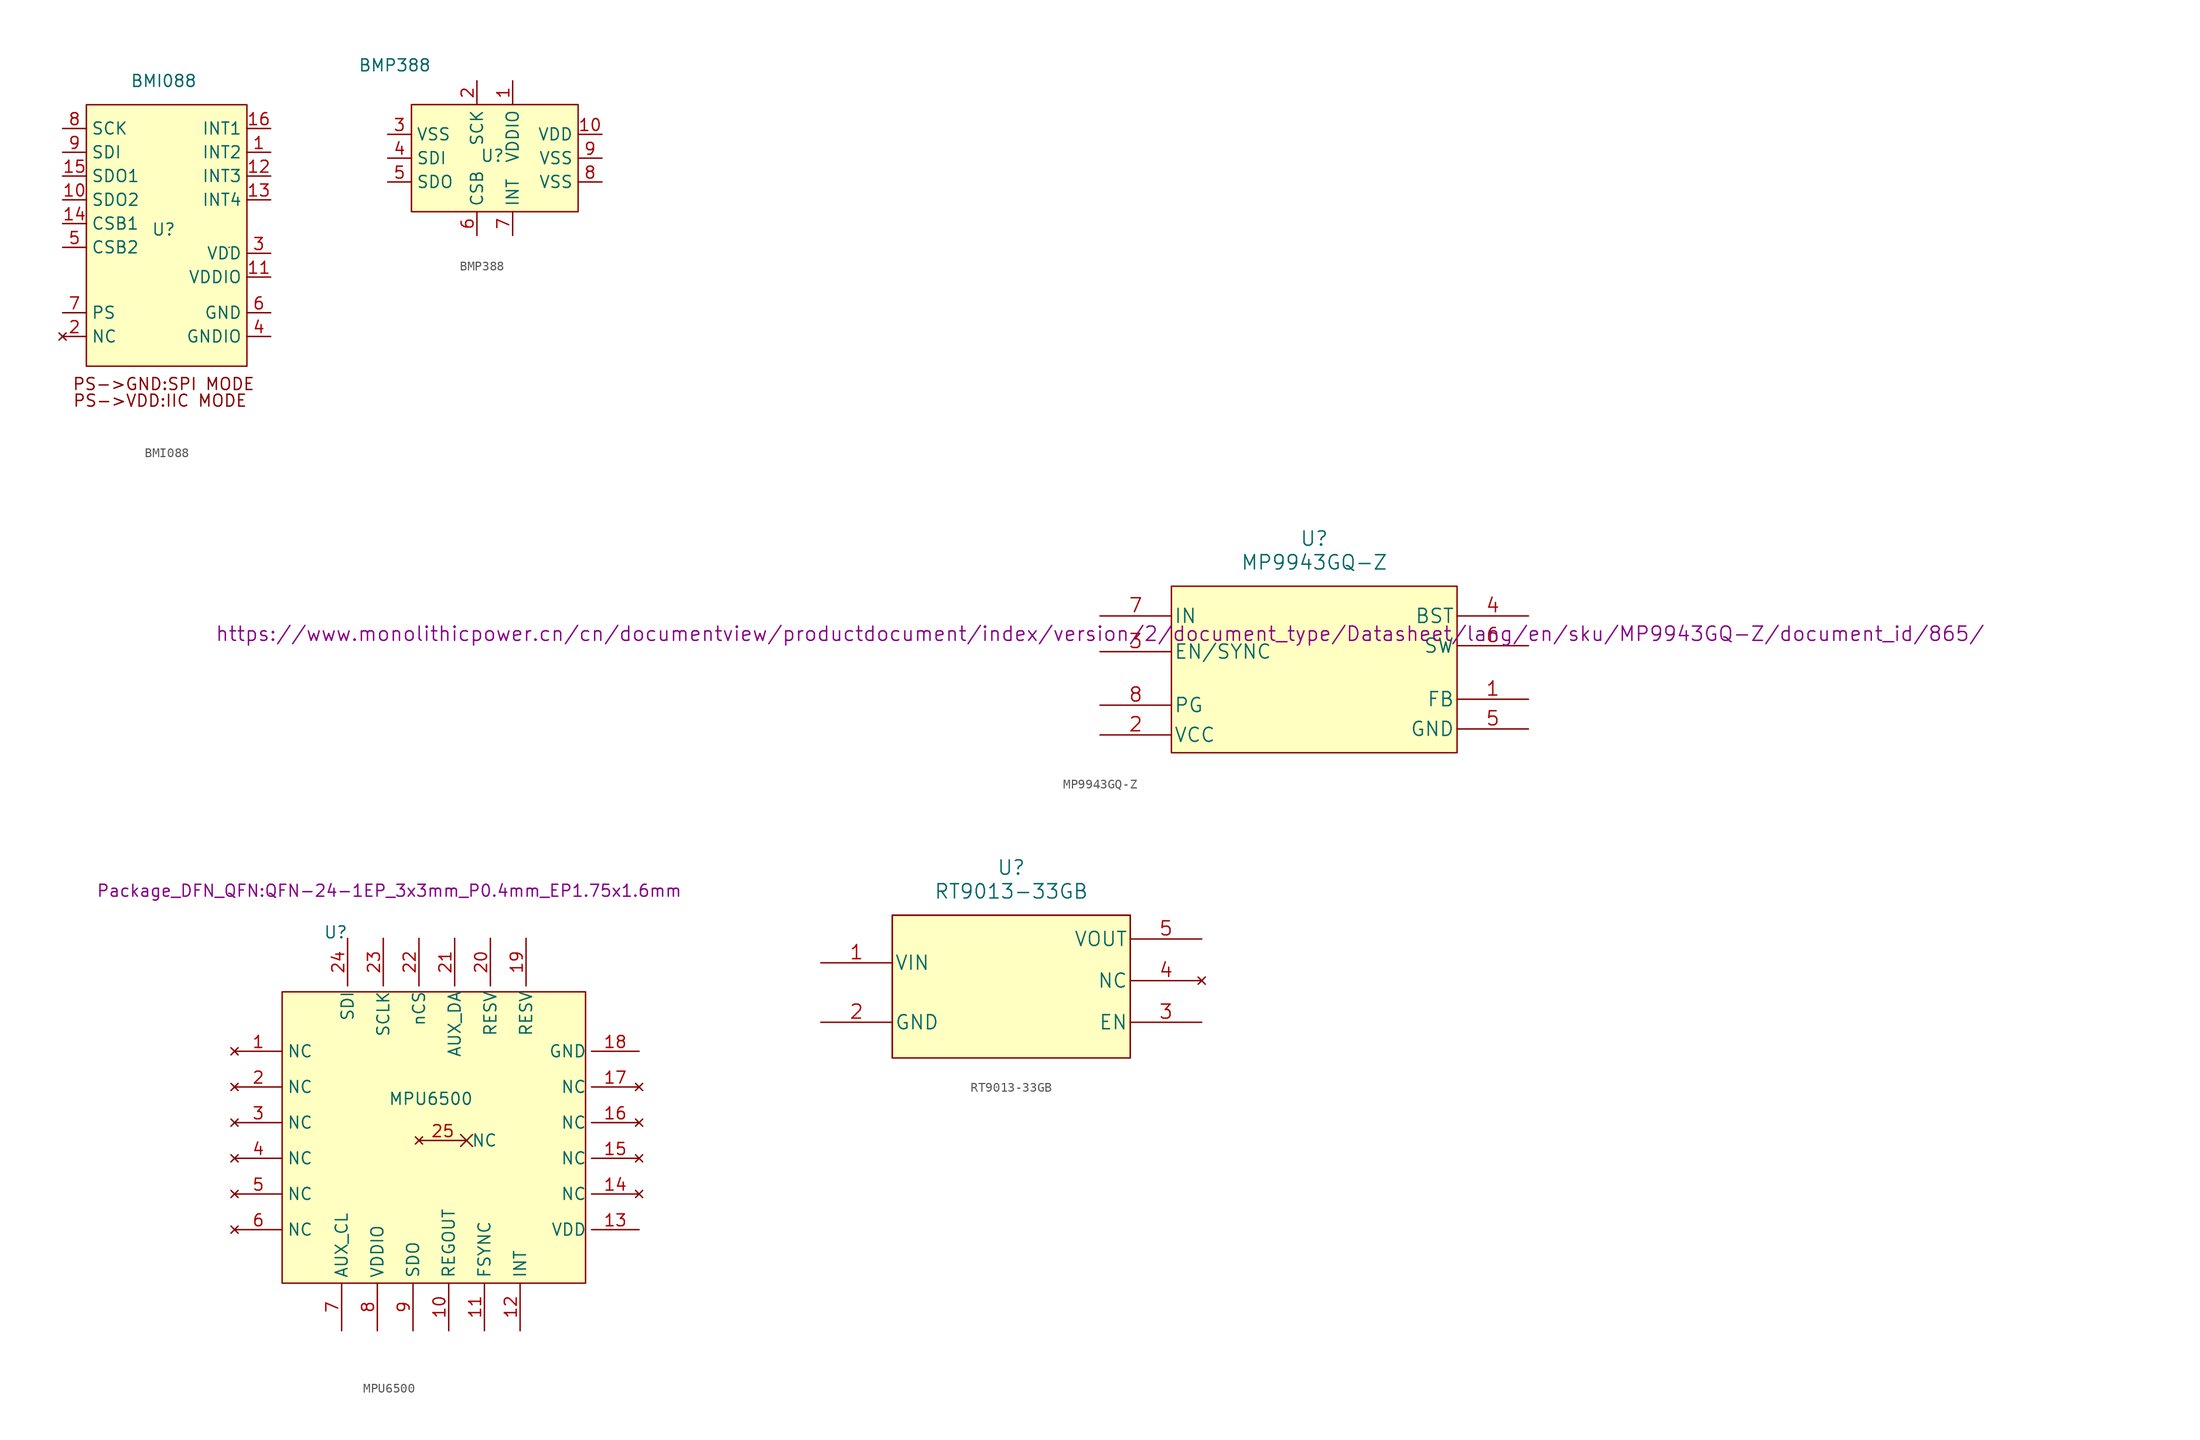
<source format=kicad_sym>
(kicad_symbol_lib
  (version 20211014)
  (generator kicad_symbol_editor)
  (symbol "BMI088"
    (property "Reference" "U"
      (at -0.635 0 0)
      (effects (font (size 1.27 1.27))))
    (property "Value" "BMI088"
      (at -0.635 15.875 0)
      (effects (font (size 1.27 1.27))))
    (symbol "BMI088_0_0"
      (text "PS->GND:SPI MODE" (at -0.635 -16.51 0) (effects (font (size 1.27 1.27))))
      (text "PS->VDD:IIC MODE" (at -1.016 -18.288 0) (effects (font (size 1.27 1.27)))))
    (symbol "BMI088_0_1"
      (rectangle (start 6.35 -1.905) (end 6.35 -1.905) (stroke (width 0) (type default) (color 0 0 0 0)) (fill (type none)))
      (rectangle (start 8.255 13.335) (end -8.89 -14.605) (stroke (width 0) (type default) (color 0 0 0 0)) (fill (type background))))
    (symbol "BMI088_1_1"
      (pin output line (at 10.795 8.255 180) (length 2.54) (name "INT2" (effects (font (size 1.27 1.27)))) (number "1" (effects (font (size 1.27 1.27)))))
      (pin bidirectional line (at -11.43 3.175 0) (length 2.54) (name "SDO2" (effects (font (size 1.27 1.27)))) (number "10" (effects (font (size 1.27 1.27)))))
      (pin input line (at 10.795 -5.08 180) (length 2.54) (name "VDDIO" (effects (font (size 1.27 1.27)))) (number "11" (effects (font (size 1.27 1.27)))))
      (pin output line (at 10.795 5.715 180) (length 2.54) (name "INT3" (effects (font (size 1.27 1.27)))) (number "12" (effects (font (size 1.27 1.27)))))
      (pin output line (at 10.795 3.175 180) (length 2.54) (name "INT4" (effects (font (size 1.27 1.27)))) (number "13" (effects (font (size 1.27 1.27)))))
      (pin input line (at -11.43 0.635 0) (length 2.54) (name "CSB1" (effects (font (size 1.27 1.27)))) (number "14" (effects (font (size 1.27 1.27)))))
      (pin bidirectional line (at -11.43 5.715 0) (length 2.54) (name "SDO1" (effects (font (size 1.27 1.27)))) (number "15" (effects (font (size 1.27 1.27)))))
      (pin output line (at 10.795 10.795 180) (length 2.54) (name "INT1" (effects (font (size 1.27 1.27)))) (number "16" (effects (font (size 1.27 1.27)))))
      (pin no_connect line (at -11.43 -11.43 0) (length 2.54) (name "NC" (effects (font (size 1.27 1.27)))) (number "2" (effects (font (size 1.27 1.27)))))
      (pin input line (at 10.795 -2.54 180) (length 2.54) (name "VDD" (effects (font (size 1.27 1.27)))) (number "3" (effects (font (size 1.27 1.27)))))
      (pin input line (at 10.795 -11.43 180) (length 2.54) (name "GNDIO" (effects (font (size 1.27 1.27)))) (number "4" (effects (font (size 1.27 1.27)))))
      (pin input line (at -11.43 -1.905 0) (length 2.54) (name "CSB2" (effects (font (size 1.27 1.27)))) (number "5" (effects (font (size 1.27 1.27)))))
      (pin input line (at 10.795 -8.89 180) (length 2.54) (name "GND" (effects (font (size 1.27 1.27)))) (number "6" (effects (font (size 1.27 1.27)))))
      (pin input line (at -11.43 -8.89 0) (length 2.54) (name "PS" (effects (font (size 1.27 1.27)))) (number "7" (effects (font (size 1.27 1.27)))))
      (pin input line (at -11.43 10.795 0) (length 2.54) (name "SCK" (effects (font (size 1.27 1.27)))) (number "8" (effects (font (size 1.27 1.27)))))
      (pin bidirectional line (at -11.43 8.255 0) (length 2.54) (name "SDI" (effects (font (size 1.27 1.27)))) (number "9" (effects (font (size 1.27 1.27)))))))
  (symbol "BMP388"
    (property "Reference" "U"
      (at -0.254 -2.286 0)
      (effects (font (size 1.27 1.27))))
    (property "Value" "BMP388"
      (at -10.668 7.366 0)
      (effects (font (size 1.27 1.27))))
    (symbol "BMP388_0_1"
      (rectangle (start -8.89 3.175) (end 8.89 -8.255) (stroke (width 0) (type default) (color 0 0 0 0)) (fill (type background))))
    (symbol "BMP388_1_1"
      (pin input line (at 1.905 5.715 270) (length 2.54) (name "VDDIO" (effects (font (size 1.27 1.27)))) (number "1" (effects (font (size 1.27 1.27)))))
      (pin input line (at 11.43 0 180) (length 2.54) (name "VDD" (effects (font (size 1.27 1.27)))) (number "10" (effects (font (size 1.27 1.27)))))
      (pin input line (at -1.905 5.715 270) (length 2.54) (name "SCK" (effects (font (size 1.27 1.27)))) (number "2" (effects (font (size 1.27 1.27)))))
      (pin input line (at -11.43 0 0) (length 2.54) (name "VSS" (effects (font (size 1.27 1.27)))) (number "3" (effects (font (size 1.27 1.27)))))
      (pin bidirectional line (at -11.43 -2.54 0) (length 2.54) (name "SDI" (effects (font (size 1.27 1.27)))) (number "4" (effects (font (size 1.27 1.27)))))
      (pin bidirectional line (at -11.43 -5.08 0) (length 2.54) (name "SDO" (effects (font (size 1.27 1.27)))) (number "5" (effects (font (size 1.27 1.27)))))
      (pin input line (at -1.905 -10.795 90) (length 2.54) (name "CSB" (effects (font (size 1.27 1.27)))) (number "6" (effects (font (size 1.27 1.27)))))
      (pin bidirectional line (at 1.905 -10.795 90) (length 2.54) (name "INT" (effects (font (size 1.27 1.27)))) (number "7" (effects (font (size 1.27 1.27)))))
      (pin input line (at 11.43 -5.08 180) (length 2.54) (name "VSS" (effects (font (size 1.27 1.27)))) (number "8" (effects (font (size 1.27 1.27)))))
      (pin input line (at 11.43 -2.54 180) (length 2.54) (name "VSS" (effects (font (size 1.27 1.27)))) (number "9" (effects (font (size 1.27 1.27)))))))
  (symbol "MP9943GQ-Z"
    (pin_names
      (offset 0.254))
    (property "Reference" "U"
      (at 22.86 10.16 0)
      (effects (font (size 1.524 1.524))))
    (property "Value" "MP9943GQ-Z"
      (at 22.86 7.62 0)
      (effects (font (size 1.524 1.524))))
    (property "Datasheet" "https://www.monolithicpower.cn/cn/documentview/productdocument/index/version/2/document_type/Datasheet/lang/en/sku/MP9943GQ-Z/document_id/865/"
      (at 0 0 0)
      (effects (font (size 1.524 1.524))))
    (symbol "MP9943GQ-Z_1_1"
      (rectangle (start 7.62 5.08) (end 38.1 -12.7) (stroke (width 0) (type default) (color 0 0 0 0)) (fill (type background)))
      (pin output line (at 45.72 -6.985 180) (length 7.62) (name "FB" (effects (font (size 1.499 1.499)))) (number "1" (effects (font (size 1.499 1.499)))))
      (pin power_out line (at 0 -10.795 0) (length 7.62) (name "VCC" (effects (font (size 1.499 1.499)))) (number "2" (effects (font (size 1.499 1.499)))))
      (pin input line (at 0 -1.905 0) (length 7.62) (name "EN/SYNC" (effects (font (size 1.499 1.499)))) (number "3" (effects (font (size 1.499 1.499)))))
      (pin input line (at 45.72 1.905 180) (length 7.62) (name "BST" (effects (font (size 1.499 1.499)))) (number "4" (effects (font (size 1.499 1.499)))))
      (pin power_in line (at 45.72 -10.16 180) (length 7.62) (name "GND" (effects (font (size 1.499 1.499)))) (number "5" (effects (font (size 1.499 1.499)))))
      (pin output line (at 45.72 -1.27 180) (length 7.62) (name "SW" (effects (font (size 1.499 1.499)))) (number "6" (effects (font (size 1.499 1.499)))))
      (pin input line (at 0 1.905 0) (length 7.62) (name "IN" (effects (font (size 1.499 1.499)))) (number "7" (effects (font (size 1.499 1.499)))))
      (pin output line (at 0 -7.62 0) (length 7.62) (name "PG" (effects (font (size 1.499 1.499)))) (number "8" (effects (font (size 1.499 1.499)))))))
  (symbol "MPU6500"
    (property "Reference" "U"
      (at -10.795 22.225 0)
      (effects (font (size 1.27 1.27))))
    (property "Value" "MPU6500"
      (at -0.635 4.445 0)
      (effects (font (size 1.27 1.27))))
    (property "Footprint" "Package_DFN_QFN:QFN-24-1EP_3x3mm_P0.4mm_EP1.75x1.6mm"
      (at -5.08 26.67 0)
      (effects (font (size 1.27 1.27))))
    (symbol "MPU6500_0_1"
      (rectangle (start -16.51 15.875) (end 15.875 -15.24) (stroke (width 0) (type default) (color 0 0 0 0)) (fill (type background))))
    (symbol "MPU6500_1_1"
      (pin no_connect line (at -21.59 9.525 0) (length 5.08) (name "NC" (effects (font (size 1.27 1.27)))) (number "1" (effects (font (size 1.27 1.27)))))
      (pin input line (at 1.27 -20.32 90) (length 5.08) (name "REGOUT" (effects (font (size 1.27 1.27)))) (number "10" (effects (font (size 1.27 1.27)))))
      (pin input line (at 5.08 -20.32 90) (length 5.08) (name "FSYNC" (effects (font (size 1.27 1.27)))) (number "11" (effects (font (size 1.27 1.27)))))
      (pin output line (at 8.89 -20.32 90) (length 5.08) (name "INT" (effects (font (size 1.27 1.27)))) (number "12" (effects (font (size 1.27 1.27)))))
      (pin input line (at 21.59 -9.525 180) (length 5.08) (name "VDD" (effects (font (size 1.27 1.27)))) (number "13" (effects (font (size 1.27 1.27)))))
      (pin no_connect line (at 21.59 -5.715 180) (length 5.08) (name "NC" (effects (font (size 1.27 1.27)))) (number "14" (effects (font (size 1.27 1.27)))))
      (pin no_connect line (at 21.59 -1.905 180) (length 5.08) (name "NC" (effects (font (size 1.27 1.27)))) (number "15" (effects (font (size 1.27 1.27)))))
      (pin no_connect line (at 21.59 1.905 180) (length 5.08) (name "NC" (effects (font (size 1.27 1.27)))) (number "16" (effects (font (size 1.27 1.27)))))
      (pin no_connect line (at 21.59 5.715 180) (length 5.08) (name "NC" (effects (font (size 1.27 1.27)))) (number "17" (effects (font (size 1.27 1.27)))))
      (pin input line (at 21.59 9.525 180) (length 5.08) (name "GND" (effects (font (size 1.27 1.27)))) (number "18" (effects (font (size 1.27 1.27)))))
      (pin input line (at 9.525 21.59 270) (length 5.08) (name "RESV" (effects (font (size 1.27 1.27)))) (number "19" (effects (font (size 1.27 1.27)))))
      (pin no_connect line (at -21.59 5.715 0) (length 5.08) (name "NC" (effects (font (size 1.27 1.27)))) (number "2" (effects (font (size 1.27 1.27)))))
      (pin input line (at 5.715 21.59 270) (length 5.08) (name "RESV" (effects (font (size 1.27 1.27)))) (number "20" (effects (font (size 1.27 1.27)))))
      (pin input line (at 1.905 21.59 270) (length 5.08) (name "AUX_DA" (effects (font (size 1.27 1.27)))) (number "21" (effects (font (size 1.27 1.27)))))
      (pin input line (at -1.905 21.59 270) (length 5.08) (name "nCS" (effects (font (size 1.27 1.27)))) (number "22" (effects (font (size 1.27 1.27)))))
      (pin input line (at -5.715 21.59 270) (length 5.08) (name "SCLK" (effects (font (size 1.27 1.27)))) (number "23" (effects (font (size 1.27 1.27)))))
      (pin input line (at -9.525 21.59 270) (length 5.08) (name "SDI" (effects (font (size 1.27 1.27)))) (number "24" (effects (font (size 1.27 1.27)))))
      (pin no_connect non_logic (at -1.905 0 0) (length 5.08) (name "NC" (effects (font (size 1.27 1.27)))) (number "25" (effects (font (size 1.27 1.27)))))
      (pin no_connect line (at -21.59 1.905 0) (length 5.08) (name "NC" (effects (font (size 1.27 1.27)))) (number "3" (effects (font (size 1.27 1.27)))))
      (pin no_connect line (at -21.59 -1.905 0) (length 5.08) (name "NC" (effects (font (size 1.27 1.27)))) (number "4" (effects (font (size 1.27 1.27)))))
      (pin no_connect line (at -21.59 -5.715 0) (length 5.08) (name "NC" (effects (font (size 1.27 1.27)))) (number "5" (effects (font (size 1.27 1.27)))))
      (pin no_connect line (at -21.59 -9.525 0) (length 5.08) (name "NC" (effects (font (size 1.27 1.27)))) (number "6" (effects (font (size 1.27 1.27)))))
      (pin input line (at -10.16 -20.32 90) (length 5.08) (name "AUX_CL" (effects (font (size 1.27 1.27)))) (number "7" (effects (font (size 1.27 1.27)))))
      (pin input line (at -6.35 -20.32 90) (length 5.08) (name "VDDIO" (effects (font (size 1.27 1.27)))) (number "8" (effects (font (size 1.27 1.27)))))
      (pin output line (at -2.54 -20.32 90) (length 5.08) (name "SDO" (effects (font (size 1.27 1.27)))) (number "9" (effects (font (size 1.27 1.27)))))))
  (symbol "RT9013-33GB"
    (pin_names
      (offset 0.254))
    (property "Reference" "U"
      (at 20.32 10.16 0)
      (effects (font (size 1.524 1.524))))
    (property "Value" "RT9013-33GB"
      (at 20.32 7.62 0)
      (effects (font (size 1.524 1.524))))
    (property "Datasheet" ""
      (at 0 0 0)
      (effects (font (size 1.524 1.524))))
    (property "ki_locked" ""
      (at 0 0 0)
      (effects (font (size 1.27 1.27))))
    (symbol "RT9013-33GB_1_1"
      (polyline (pts (xy 7.62 5.08) (xy 7.62 -10.16)) (stroke (width 0.127) (type default) (color 0 0 0 0)) (fill (type none)))
      (polyline (pts (xy 33.02 -10.16) (xy 33.02 5.08)) (stroke (width 0.127) (type default) (color 0 0 0 0)) (fill (type none)))
      (polyline (pts (xy 33.02 5.08) (xy 7.62 5.08)) (stroke (width 0.127) (type default) (color 0 0 0 0)) (fill (type none)))
      (rectangle (start 7.62 5.08) (end 33.02 -10.16) (stroke (width 0) (type default) (color 0 0 0 0)) (fill (type background)))
      (pin power_in line (at 0 0 0) (length 7.62) (name "VIN" (effects (font (size 1.499 1.499)))) (number "1" (effects (font (size 1.499 1.499)))))
      (pin power_in line (at 0 -6.35 0) (length 7.62) (name "GND" (effects (font (size 1.499 1.499)))) (number "2" (effects (font (size 1.499 1.499)))))
      (pin input line (at 40.64 -6.35 180) (length 7.62) (name "EN" (effects (font (size 1.499 1.499)))) (number "3" (effects (font (size 1.499 1.499)))))
      (pin no_connect line (at 40.64 -1.905 180) (length 7.62) (name "NC" (effects (font (size 1.499 1.499)))) (number "4" (effects (font (size 1.499 1.499)))))
      (pin power_out line (at 40.64 2.54 180) (length 7.62) (name "VOUT" (effects (font (size 1.499 1.499)))) (number "5" (effects (font (size 1.499 1.499))))))))
</source>
